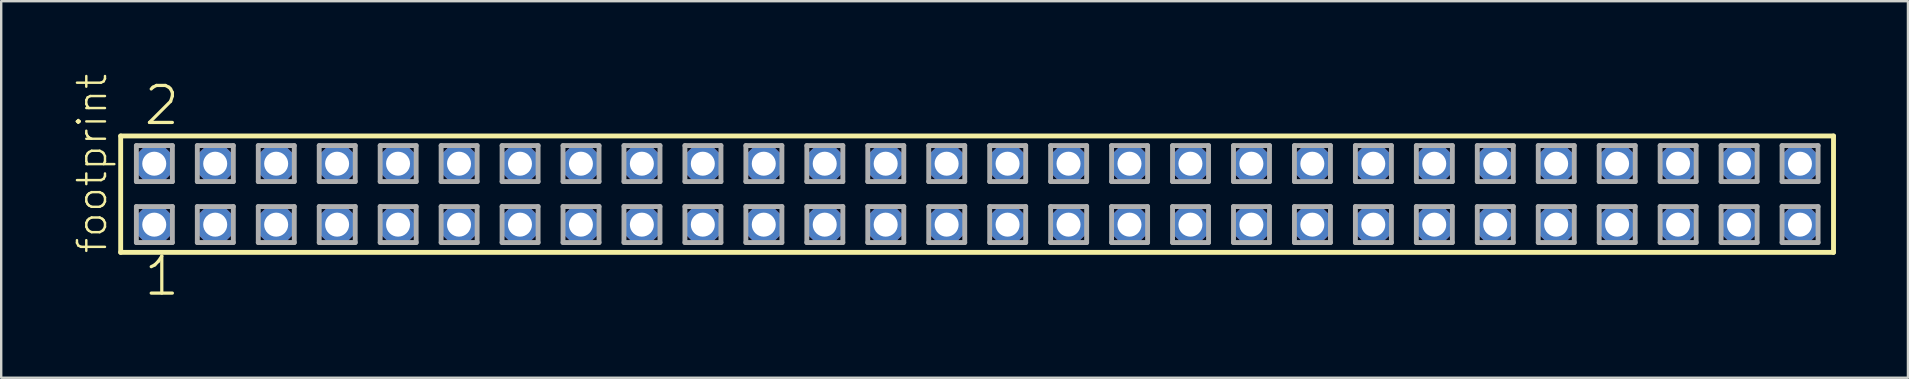
<source format=kicad_pcb>
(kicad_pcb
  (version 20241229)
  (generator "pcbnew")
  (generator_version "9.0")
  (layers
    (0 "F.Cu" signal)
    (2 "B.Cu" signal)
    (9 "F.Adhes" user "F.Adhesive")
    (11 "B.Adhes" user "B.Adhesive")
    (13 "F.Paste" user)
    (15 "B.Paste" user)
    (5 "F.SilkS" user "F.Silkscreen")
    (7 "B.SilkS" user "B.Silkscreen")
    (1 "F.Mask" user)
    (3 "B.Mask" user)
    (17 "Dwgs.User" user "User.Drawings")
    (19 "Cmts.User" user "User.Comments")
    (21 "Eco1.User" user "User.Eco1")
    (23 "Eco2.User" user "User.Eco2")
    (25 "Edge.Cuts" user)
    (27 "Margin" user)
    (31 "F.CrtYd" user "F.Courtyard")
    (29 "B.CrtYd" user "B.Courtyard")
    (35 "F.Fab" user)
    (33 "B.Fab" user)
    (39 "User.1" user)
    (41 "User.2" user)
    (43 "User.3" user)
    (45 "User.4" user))
  (footprint "footprint"
    (layer "F.Cu")
    (at 37.668 5.042)
    (property "Reference" "footprint" (at -36.195 2.54 90) (layer "F.SilkS") (effects (font (size 1.168 1.168) (thickness 0.102)) (justify left bottom)))
    (fp_line (start -35.689 -2.425) (end 35.689 -2.425) (stroke (width 0.203) (type solid)) (layer "F.SilkS"))
    (fp_line (start -35.689 2.425) (end -35.689 -2.425) (stroke (width 0.203) (type solid)) (layer "F.SilkS"))
    (fp_line (start 35.689 -2.425) (end 35.689 2.425) (stroke (width 0.203) (type solid)) (layer "F.SilkS"))
    (fp_line (start 35.689 2.425) (end -35.689 2.425) (stroke (width 0.203) (type solid)) (layer "F.SilkS"))
    (fp_line (start -35.035 -2.025) (end -33.535 -2.025) (stroke (width 0.203) (type solid)) (layer "F.Fab"))
    (fp_line (start -35.035 -0.525) (end -35.035 -2.025) (stroke (width 0.203) (type solid)) (layer "F.Fab"))
    (fp_line (start -35.035 0.515) (end -33.535 0.515) (stroke (width 0.203) (type solid)) (layer "F.Fab"))
    (fp_line (start -35.035 2.015) (end -35.035 0.515) (stroke (width 0.203) (type solid)) (layer "F.Fab"))
    (fp_line (start -33.535 -2.025) (end -33.535 -0.525) (stroke (width 0.203) (type solid)) (layer "F.Fab"))
    (fp_line (start -33.535 -0.525) (end -35.035 -0.525) (stroke (width 0.203) (type solid)) (layer "F.Fab"))
    (fp_line (start -33.535 0.515) (end -33.535 2.015) (stroke (width 0.203) (type solid)) (layer "F.Fab"))
    (fp_line (start -33.535 2.015) (end -35.035 2.015) (stroke (width 0.203) (type solid)) (layer "F.Fab"))
    (fp_line (start -32.495 -2.025) (end -30.995 -2.025) (stroke (width 0.203) (type solid)) (layer "F.Fab"))
    (fp_line (start -32.495 -0.525) (end -32.495 -2.025) (stroke (width 0.203) (type solid)) (layer "F.Fab"))
    (fp_line (start -32.495 0.515) (end -30.995 0.515) (stroke (width 0.203) (type solid)) (layer "F.Fab"))
    (fp_line (start -32.495 2.015) (end -32.495 0.515) (stroke (width 0.203) (type solid)) (layer "F.Fab"))
    (fp_line (start -30.995 -2.025) (end -30.995 -0.525) (stroke (width 0.203) (type solid)) (layer "F.Fab"))
    (fp_line (start -30.995 -0.525) (end -32.495 -0.525) (stroke (width 0.203) (type solid)) (layer "F.Fab"))
    (fp_line (start -30.995 0.515) (end -30.995 2.015) (stroke (width 0.203) (type solid)) (layer "F.Fab"))
    (fp_line (start -30.995 2.015) (end -32.495 2.015) (stroke (width 0.203) (type solid)) (layer "F.Fab"))
    (fp_line (start -29.955 -2.025) (end -28.455 -2.025) (stroke (width 0.203) (type solid)) (layer "F.Fab"))
    (fp_line (start -29.955 -0.525) (end -29.955 -2.025) (stroke (width 0.203) (type solid)) (layer "F.Fab"))
    (fp_line (start -29.955 0.515) (end -28.455 0.515) (stroke (width 0.203) (type solid)) (layer "F.Fab"))
    (fp_line (start -29.955 2.015) (end -29.955 0.515) (stroke (width 0.203) (type solid)) (layer "F.Fab"))
    (fp_line (start -28.455 -2.025) (end -28.455 -0.525) (stroke (width 0.203) (type solid)) (layer "F.Fab"))
    (fp_line (start -28.455 -0.525) (end -29.955 -0.525) (stroke (width 0.203) (type solid)) (layer "F.Fab"))
    (fp_line (start -28.455 0.515) (end -28.455 2.015) (stroke (width 0.203) (type solid)) (layer "F.Fab"))
    (fp_line (start -28.455 2.015) (end -29.955 2.015) (stroke (width 0.203) (type solid)) (layer "F.Fab"))
    (fp_line (start -27.415 -2.025) (end -25.915 -2.025) (stroke (width 0.203) (type solid)) (layer "F.Fab"))
    (fp_line (start -27.415 -0.525) (end -27.415 -2.025) (stroke (width 0.203) (type solid)) (layer "F.Fab"))
    (fp_line (start -27.415 0.515) (end -25.915 0.515) (stroke (width 0.203) (type solid)) (layer "F.Fab"))
    (fp_line (start -27.415 2.015) (end -27.415 0.515) (stroke (width 0.203) (type solid)) (layer "F.Fab"))
    (fp_line (start -25.915 -2.025) (end -25.915 -0.525) (stroke (width 0.203) (type solid)) (layer "F.Fab"))
    (fp_line (start -25.915 -0.525) (end -27.415 -0.525) (stroke (width 0.203) (type solid)) (layer "F.Fab"))
    (fp_line (start -25.915 0.515) (end -25.915 2.015) (stroke (width 0.203) (type solid)) (layer "F.Fab"))
    (fp_line (start -25.915 2.015) (end -27.415 2.015) (stroke (width 0.203) (type solid)) (layer "F.Fab"))
    (fp_line (start -24.875 -2.025) (end -23.375 -2.025) (stroke (width 0.203) (type solid)) (layer "F.Fab"))
    (fp_line (start -24.875 -0.525) (end -24.875 -2.025) (stroke (width 0.203) (type solid)) (layer "F.Fab"))
    (fp_line (start -24.875 0.515) (end -23.375 0.515) (stroke (width 0.203) (type solid)) (layer "F.Fab"))
    (fp_line (start -24.875 2.015) (end -24.875 0.515) (stroke (width 0.203) (type solid)) (layer "F.Fab"))
    (fp_line (start -23.375 -2.025) (end -23.375 -0.525) (stroke (width 0.203) (type solid)) (layer "F.Fab"))
    (fp_line (start -23.375 -0.525) (end -24.875 -0.525) (stroke (width 0.203) (type solid)) (layer "F.Fab"))
    (fp_line (start -23.375 0.515) (end -23.375 2.015) (stroke (width 0.203) (type solid)) (layer "F.Fab"))
    (fp_line (start -23.375 2.015) (end -24.875 2.015) (stroke (width 0.203) (type solid)) (layer "F.Fab"))
    (fp_line (start -22.335 -2.025) (end -20.835 -2.025) (stroke (width 0.203) (type solid)) (layer "F.Fab"))
    (fp_line (start -22.335 -0.525) (end -22.335 -2.025) (stroke (width 0.203) (type solid)) (layer "F.Fab"))
    (fp_line (start -22.335 0.515) (end -20.835 0.515) (stroke (width 0.203) (type solid)) (layer "F.Fab"))
    (fp_line (start -22.335 2.015) (end -22.335 0.515) (stroke (width 0.203) (type solid)) (layer "F.Fab"))
    (fp_line (start -20.835 -2.025) (end -20.835 -0.525) (stroke (width 0.203) (type solid)) (layer "F.Fab"))
    (fp_line (start -20.835 -0.525) (end -22.335 -0.525) (stroke (width 0.203) (type solid)) (layer "F.Fab"))
    (fp_line (start -20.835 0.515) (end -20.835 2.015) (stroke (width 0.203) (type solid)) (layer "F.Fab"))
    (fp_line (start -20.835 2.015) (end -22.335 2.015) (stroke (width 0.203) (type solid)) (layer "F.Fab"))
    (fp_line (start -19.795 -2.025) (end -18.295 -2.025) (stroke (width 0.203) (type solid)) (layer "F.Fab"))
    (fp_line (start -19.795 -0.525) (end -19.795 -2.025) (stroke (width 0.203) (type solid)) (layer "F.Fab"))
    (fp_line (start -19.795 0.515) (end -18.295 0.515) (stroke (width 0.203) (type solid)) (layer "F.Fab"))
    (fp_line (start -19.795 2.015) (end -19.795 0.515) (stroke (width 0.203) (type solid)) (layer "F.Fab"))
    (fp_line (start -18.295 -2.025) (end -18.295 -0.525) (stroke (width 0.203) (type solid)) (layer "F.Fab"))
    (fp_line (start -18.295 -0.525) (end -19.795 -0.525) (stroke (width 0.203) (type solid)) (layer "F.Fab"))
    (fp_line (start -18.295 0.515) (end -18.295 2.015) (stroke (width 0.203) (type solid)) (layer "F.Fab"))
    (fp_line (start -18.295 2.015) (end -19.795 2.015) (stroke (width 0.203) (type solid)) (layer "F.Fab"))
    (fp_line (start -17.255 -2.025) (end -15.755 -2.025) (stroke (width 0.203) (type solid)) (layer "F.Fab"))
    (fp_line (start -17.255 -0.525) (end -17.255 -2.025) (stroke (width 0.203) (type solid)) (layer "F.Fab"))
    (fp_line (start -17.255 0.515) (end -15.755 0.515) (stroke (width 0.203) (type solid)) (layer "F.Fab"))
    (fp_line (start -17.255 2.015) (end -17.255 0.515) (stroke (width 0.203) (type solid)) (layer "F.Fab"))
    (fp_line (start -15.755 -2.025) (end -15.755 -0.525) (stroke (width 0.203) (type solid)) (layer "F.Fab"))
    (fp_line (start -15.755 -0.525) (end -17.255 -0.525) (stroke (width 0.203) (type solid)) (layer "F.Fab"))
    (fp_line (start -15.755 0.515) (end -15.755 2.015) (stroke (width 0.203) (type solid)) (layer "F.Fab"))
    (fp_line (start -15.755 2.015) (end -17.255 2.015) (stroke (width 0.203) (type solid)) (layer "F.Fab"))
    (fp_line (start -14.715 -2.025) (end -13.215 -2.025) (stroke (width 0.203) (type solid)) (layer "F.Fab"))
    (fp_line (start -14.715 -0.525) (end -14.715 -2.025) (stroke (width 0.203) (type solid)) (layer "F.Fab"))
    (fp_line (start -14.715 0.515) (end -13.215 0.515) (stroke (width 0.203) (type solid)) (layer "F.Fab"))
    (fp_line (start -14.715 2.015) (end -14.715 0.515) (stroke (width 0.203) (type solid)) (layer "F.Fab"))
    (fp_line (start -13.215 -2.025) (end -13.215 -0.525) (stroke (width 0.203) (type solid)) (layer "F.Fab"))
    (fp_line (start -13.215 -0.525) (end -14.715 -0.525) (stroke (width 0.203) (type solid)) (layer "F.Fab"))
    (fp_line (start -13.215 0.515) (end -13.215 2.015) (stroke (width 0.203) (type solid)) (layer "F.Fab"))
    (fp_line (start -13.215 2.015) (end -14.715 2.015) (stroke (width 0.203) (type solid)) (layer "F.Fab"))
    (fp_line (start -12.175 -2.025) (end -10.675 -2.025) (stroke (width 0.203) (type solid)) (layer "F.Fab"))
    (fp_line (start -12.175 -0.525) (end -12.175 -2.025) (stroke (width 0.203) (type solid)) (layer "F.Fab"))
    (fp_line (start -12.175 0.515) (end -10.675 0.515) (stroke (width 0.203) (type solid)) (layer "F.Fab"))
    (fp_line (start -12.175 2.015) (end -12.175 0.515) (stroke (width 0.203) (type solid)) (layer "F.Fab"))
    (fp_line (start -10.675 -2.025) (end -10.675 -0.525) (stroke (width 0.203) (type solid)) (layer "F.Fab"))
    (fp_line (start -10.675 -0.525) (end -12.175 -0.525) (stroke (width 0.203) (type solid)) (layer "F.Fab"))
    (fp_line (start -10.675 0.515) (end -10.675 2.015) (stroke (width 0.203) (type solid)) (layer "F.Fab"))
    (fp_line (start -10.675 2.015) (end -12.175 2.015) (stroke (width 0.203) (type solid)) (layer "F.Fab"))
    (fp_line (start -9.635 -2.025) (end -8.135 -2.025) (stroke (width 0.203) (type solid)) (layer "F.Fab"))
    (fp_line (start -9.635 -0.525) (end -9.635 -2.025) (stroke (width 0.203) (type solid)) (layer "F.Fab"))
    (fp_line (start -9.635 0.515) (end -8.135 0.515) (stroke (width 0.203) (type solid)) (layer "F.Fab"))
    (fp_line (start -9.635 2.015) (end -9.635 0.515) (stroke (width 0.203) (type solid)) (layer "F.Fab"))
    (fp_line (start -8.135 -2.025) (end -8.135 -0.525) (stroke (width 0.203) (type solid)) (layer "F.Fab"))
    (fp_line (start -8.135 -0.525) (end -9.635 -0.525) (stroke (width 0.203) (type solid)) (layer "F.Fab"))
    (fp_line (start -8.135 0.515) (end -8.135 2.015) (stroke (width 0.203) (type solid)) (layer "F.Fab"))
    (fp_line (start -8.135 2.015) (end -9.635 2.015) (stroke (width 0.203) (type solid)) (layer "F.Fab"))
    (fp_line (start -7.095 -2.025) (end -5.595 -2.025) (stroke (width 0.203) (type solid)) (layer "F.Fab"))
    (fp_line (start -7.095 -0.525) (end -7.095 -2.025) (stroke (width 0.203) (type solid)) (layer "F.Fab"))
    (fp_line (start -7.095 0.515) (end -5.595 0.515) (stroke (width 0.203) (type solid)) (layer "F.Fab"))
    (fp_line (start -7.095 2.015) (end -7.095 0.515) (stroke (width 0.203) (type solid)) (layer "F.Fab"))
    (fp_line (start -5.595 -2.025) (end -5.595 -0.525) (stroke (width 0.203) (type solid)) (layer "F.Fab"))
    (fp_line (start -5.595 -0.525) (end -7.095 -0.525) (stroke (width 0.203) (type solid)) (layer "F.Fab"))
    (fp_line (start -5.595 0.515) (end -5.595 2.015) (stroke (width 0.203) (type solid)) (layer "F.Fab"))
    (fp_line (start -5.595 2.015) (end -7.095 2.015) (stroke (width 0.203) (type solid)) (layer "F.Fab"))
    (fp_line (start -4.555 -2.025) (end -3.055 -2.025) (stroke (width 0.203) (type solid)) (layer "F.Fab"))
    (fp_line (start -4.555 -0.525) (end -4.555 -2.025) (stroke (width 0.203) (type solid)) (layer "F.Fab"))
    (fp_line (start -4.555 0.515) (end -3.055 0.515) (stroke (width 0.203) (type solid)) (layer "F.Fab"))
    (fp_line (start -4.555 2.015) (end -4.555 0.515) (stroke (width 0.203) (type solid)) (layer "F.Fab"))
    (fp_line (start -3.055 -2.025) (end -3.055 -0.525) (stroke (width 0.203) (type solid)) (layer "F.Fab"))
    (fp_line (start -3.055 -0.525) (end -4.555 -0.525) (stroke (width 0.203) (type solid)) (layer "F.Fab"))
    (fp_line (start -3.055 0.515) (end -3.055 2.015) (stroke (width 0.203) (type solid)) (layer "F.Fab"))
    (fp_line (start -3.055 2.015) (end -4.555 2.015) (stroke (width 0.203) (type solid)) (layer "F.Fab"))
    (fp_line (start -2.015 -2.025) (end -0.515 -2.025) (stroke (width 0.203) (type solid)) (layer "F.Fab"))
    (fp_line (start -2.015 -0.525) (end -2.015 -2.025) (stroke (width 0.203) (type solid)) (layer "F.Fab"))
    (fp_line (start -2.015 0.515) (end -0.515 0.515) (stroke (width 0.203) (type solid)) (layer "F.Fab"))
    (fp_line (start -2.015 2.015) (end -2.015 0.515) (stroke (width 0.203) (type solid)) (layer "F.Fab"))
    (fp_line (start -0.515 -2.025) (end -0.515 -0.525) (stroke (width 0.203) (type solid)) (layer "F.Fab"))
    (fp_line (start -0.515 -0.525) (end -2.015 -0.525) (stroke (width 0.203) (type solid)) (layer "F.Fab"))
    (fp_line (start -0.515 0.515) (end -0.515 2.015) (stroke (width 0.203) (type solid)) (layer "F.Fab"))
    (fp_line (start -0.515 2.015) (end -2.015 2.015) (stroke (width 0.203) (type solid)) (layer "F.Fab"))
    (fp_line (start 0.525 -2.025) (end 2.025 -2.025) (stroke (width 0.203) (type solid)) (layer "F.Fab"))
    (fp_line (start 0.525 -0.525) (end 0.525 -2.025) (stroke (width 0.203) (type solid)) (layer "F.Fab"))
    (fp_line (start 0.525 0.515) (end 2.025 0.515) (stroke (width 0.203) (type solid)) (layer "F.Fab"))
    (fp_line (start 0.525 2.015) (end 0.525 0.515) (stroke (width 0.203) (type solid)) (layer "F.Fab"))
    (fp_line (start 2.025 -2.025) (end 2.025 -0.525) (stroke (width 0.203) (type solid)) (layer "F.Fab"))
    (fp_line (start 2.025 -0.525) (end 0.525 -0.525) (stroke (width 0.203) (type solid)) (layer "F.Fab"))
    (fp_line (start 2.025 0.515) (end 2.025 2.015) (stroke (width 0.203) (type solid)) (layer "F.Fab"))
    (fp_line (start 2.025 2.015) (end 0.525 2.015) (stroke (width 0.203) (type solid)) (layer "F.Fab"))
    (fp_line (start 3.065 -2.025) (end 4.565 -2.025) (stroke (width 0.203) (type solid)) (layer "F.Fab"))
    (fp_line (start 3.065 -0.525) (end 3.065 -2.025) (stroke (width 0.203) (type solid)) (layer "F.Fab"))
    (fp_line (start 3.065 0.515) (end 4.565 0.515) (stroke (width 0.203) (type solid)) (layer "F.Fab"))
    (fp_line (start 3.065 2.015) (end 3.065 0.515) (stroke (width 0.203) (type solid)) (layer "F.Fab"))
    (fp_line (start 4.565 -2.025) (end 4.565 -0.525) (stroke (width 0.203) (type solid)) (layer "F.Fab"))
    (fp_line (start 4.565 -0.525) (end 3.065 -0.525) (stroke (width 0.203) (type solid)) (layer "F.Fab"))
    (fp_line (start 4.565 0.515) (end 4.565 2.015) (stroke (width 0.203) (type solid)) (layer "F.Fab"))
    (fp_line (start 4.565 2.015) (end 3.065 2.015) (stroke (width 0.203) (type solid)) (layer "F.Fab"))
    (fp_line (start 5.605 -2.025) (end 7.105 -2.025) (stroke (width 0.203) (type solid)) (layer "F.Fab"))
    (fp_line (start 5.605 -0.525) (end 5.605 -2.025) (stroke (width 0.203) (type solid)) (layer "F.Fab"))
    (fp_line (start 5.605 0.515) (end 7.105 0.515) (stroke (width 0.203) (type solid)) (layer "F.Fab"))
    (fp_line (start 5.605 2.015) (end 5.605 0.515) (stroke (width 0.203) (type solid)) (layer "F.Fab"))
    (fp_line (start 7.105 -2.025) (end 7.105 -0.525) (stroke (width 0.203) (type solid)) (layer "F.Fab"))
    (fp_line (start 7.105 -0.525) (end 5.605 -0.525) (stroke (width 0.203) (type solid)) (layer "F.Fab"))
    (fp_line (start 7.105 0.515) (end 7.105 2.015) (stroke (width 0.203) (type solid)) (layer "F.Fab"))
    (fp_line (start 7.105 2.015) (end 5.605 2.015) (stroke (width 0.203) (type solid)) (layer "F.Fab"))
    (fp_line (start 8.145 -2.025) (end 9.645 -2.025) (stroke (width 0.203) (type solid)) (layer "F.Fab"))
    (fp_line (start 8.145 -0.525) (end 8.145 -2.025) (stroke (width 0.203) (type solid)) (layer "F.Fab"))
    (fp_line (start 8.145 0.515) (end 9.645 0.515) (stroke (width 0.203) (type solid)) (layer "F.Fab"))
    (fp_line (start 8.145 2.015) (end 8.145 0.515) (stroke (width 0.203) (type solid)) (layer "F.Fab"))
    (fp_line (start 9.645 -2.025) (end 9.645 -0.525) (stroke (width 0.203) (type solid)) (layer "F.Fab"))
    (fp_line (start 9.645 -0.525) (end 8.145 -0.525) (stroke (width 0.203) (type solid)) (layer "F.Fab"))
    (fp_line (start 9.645 0.515) (end 9.645 2.015) (stroke (width 0.203) (type solid)) (layer "F.Fab"))
    (fp_line (start 9.645 2.015) (end 8.145 2.015) (stroke (width 0.203) (type solid)) (layer "F.Fab"))
    (fp_line (start 10.685 -2.025) (end 12.185 -2.025) (stroke (width 0.203) (type solid)) (layer "F.Fab"))
    (fp_line (start 10.685 -0.525) (end 10.685 -2.025) (stroke (width 0.203) (type solid)) (layer "F.Fab"))
    (fp_line (start 10.685 0.515) (end 12.185 0.515) (stroke (width 0.203) (type solid)) (layer "F.Fab"))
    (fp_line (start 10.685 2.015) (end 10.685 0.515) (stroke (width 0.203) (type solid)) (layer "F.Fab"))
    (fp_line (start 12.185 -2.025) (end 12.185 -0.525) (stroke (width 0.203) (type solid)) (layer "F.Fab"))
    (fp_line (start 12.185 -0.525) (end 10.685 -0.525) (stroke (width 0.203) (type solid)) (layer "F.Fab"))
    (fp_line (start 12.185 0.515) (end 12.185 2.015) (stroke (width 0.203) (type solid)) (layer "F.Fab"))
    (fp_line (start 12.185 2.015) (end 10.685 2.015) (stroke (width 0.203) (type solid)) (layer "F.Fab"))
    (fp_line (start 13.225 -2.025) (end 14.725 -2.025) (stroke (width 0.203) (type solid)) (layer "F.Fab"))
    (fp_line (start 13.225 -0.525) (end 13.225 -2.025) (stroke (width 0.203) (type solid)) (layer "F.Fab"))
    (fp_line (start 13.225 0.515) (end 14.725 0.515) (stroke (width 0.203) (type solid)) (layer "F.Fab"))
    (fp_line (start 13.225 2.015) (end 13.225 0.515) (stroke (width 0.203) (type solid)) (layer "F.Fab"))
    (fp_line (start 14.725 -2.025) (end 14.725 -0.525) (stroke (width 0.203) (type solid)) (layer "F.Fab"))
    (fp_line (start 14.725 -0.525) (end 13.225 -0.525) (stroke (width 0.203) (type solid)) (layer "F.Fab"))
    (fp_line (start 14.725 0.515) (end 14.725 2.015) (stroke (width 0.203) (type solid)) (layer "F.Fab"))
    (fp_line (start 14.725 2.015) (end 13.225 2.015) (stroke (width 0.203) (type solid)) (layer "F.Fab"))
    (fp_line (start 15.765 -2.025) (end 17.265 -2.025) (stroke (width 0.203) (type solid)) (layer "F.Fab"))
    (fp_line (start 15.765 -0.525) (end 15.765 -2.025) (stroke (width 0.203) (type solid)) (layer "F.Fab"))
    (fp_line (start 15.765 0.515) (end 17.265 0.515) (stroke (width 0.203) (type solid)) (layer "F.Fab"))
    (fp_line (start 15.765 2.015) (end 15.765 0.515) (stroke (width 0.203) (type solid)) (layer "F.Fab"))
    (fp_line (start 17.265 -2.025) (end 17.265 -0.525) (stroke (width 0.203) (type solid)) (layer "F.Fab"))
    (fp_line (start 17.265 -0.525) (end 15.765 -0.525) (stroke (width 0.203) (type solid)) (layer "F.Fab"))
    (fp_line (start 17.265 0.515) (end 17.265 2.015) (stroke (width 0.203) (type solid)) (layer "F.Fab"))
    (fp_line (start 17.265 2.015) (end 15.765 2.015) (stroke (width 0.203) (type solid)) (layer "F.Fab"))
    (fp_line (start 18.305 -2.025) (end 19.805 -2.025) (stroke (width 0.203) (type solid)) (layer "F.Fab"))
    (fp_line (start 18.305 -0.525) (end 18.305 -2.025) (stroke (width 0.203) (type solid)) (layer "F.Fab"))
    (fp_line (start 18.305 0.515) (end 19.805 0.515) (stroke (width 0.203) (type solid)) (layer "F.Fab"))
    (fp_line (start 18.305 2.015) (end 18.305 0.515) (stroke (width 0.203) (type solid)) (layer "F.Fab"))
    (fp_line (start 19.805 -2.025) (end 19.805 -0.525) (stroke (width 0.203) (type solid)) (layer "F.Fab"))
    (fp_line (start 19.805 -0.525) (end 18.305 -0.525) (stroke (width 0.203) (type solid)) (layer "F.Fab"))
    (fp_line (start 19.805 0.515) (end 19.805 2.015) (stroke (width 0.203) (type solid)) (layer "F.Fab"))
    (fp_line (start 19.805 2.015) (end 18.305 2.015) (stroke (width 0.203) (type solid)) (layer "F.Fab"))
    (fp_line (start 20.845 -2.025) (end 22.345 -2.025) (stroke (width 0.203) (type solid)) (layer "F.Fab"))
    (fp_line (start 20.845 -0.525) (end 20.845 -2.025) (stroke (width 0.203) (type solid)) (layer "F.Fab"))
    (fp_line (start 20.845 0.515) (end 22.345 0.515) (stroke (width 0.203) (type solid)) (layer "F.Fab"))
    (fp_line (start 20.845 2.015) (end 20.845 0.515) (stroke (width 0.203) (type solid)) (layer "F.Fab"))
    (fp_line (start 22.345 -2.025) (end 22.345 -0.525) (stroke (width 0.203) (type solid)) (layer "F.Fab"))
    (fp_line (start 22.345 -0.525) (end 20.845 -0.525) (stroke (width 0.203) (type solid)) (layer "F.Fab"))
    (fp_line (start 22.345 0.515) (end 22.345 2.015) (stroke (width 0.203) (type solid)) (layer "F.Fab"))
    (fp_line (start 22.345 2.015) (end 20.845 2.015) (stroke (width 0.203) (type solid)) (layer "F.Fab"))
    (fp_line (start 23.385 -2.025) (end 24.885 -2.025) (stroke (width 0.203) (type solid)) (layer "F.Fab"))
    (fp_line (start 23.385 -0.525) (end 23.385 -2.025) (stroke (width 0.203) (type solid)) (layer "F.Fab"))
    (fp_line (start 23.385 0.515) (end 24.885 0.515) (stroke (width 0.203) (type solid)) (layer "F.Fab"))
    (fp_line (start 23.385 2.015) (end 23.385 0.515) (stroke (width 0.203) (type solid)) (layer "F.Fab"))
    (fp_line (start 24.885 -2.025) (end 24.885 -0.525) (stroke (width 0.203) (type solid)) (layer "F.Fab"))
    (fp_line (start 24.885 -0.525) (end 23.385 -0.525) (stroke (width 0.203) (type solid)) (layer "F.Fab"))
    (fp_line (start 24.885 0.515) (end 24.885 2.015) (stroke (width 0.203) (type solid)) (layer "F.Fab"))
    (fp_line (start 24.885 2.015) (end 23.385 2.015) (stroke (width 0.203) (type solid)) (layer "F.Fab"))
    (fp_line (start 25.925 -2.025) (end 27.425 -2.025) (stroke (width 0.203) (type solid)) (layer "F.Fab"))
    (fp_line (start 25.925 -0.525) (end 25.925 -2.025) (stroke (width 0.203) (type solid)) (layer "F.Fab"))
    (fp_line (start 25.925 0.515) (end 27.425 0.515) (stroke (width 0.203) (type solid)) (layer "F.Fab"))
    (fp_line (start 25.925 2.015) (end 25.925 0.515) (stroke (width 0.203) (type solid)) (layer "F.Fab"))
    (fp_line (start 27.425 -2.025) (end 27.425 -0.525) (stroke (width 0.203) (type solid)) (layer "F.Fab"))
    (fp_line (start 27.425 -0.525) (end 25.925 -0.525) (stroke (width 0.203) (type solid)) (layer "F.Fab"))
    (fp_line (start 27.425 0.515) (end 27.425 2.015) (stroke (width 0.203) (type solid)) (layer "F.Fab"))
    (fp_line (start 27.425 2.015) (end 25.925 2.015) (stroke (width 0.203) (type solid)) (layer "F.Fab"))
    (fp_line (start 28.465 -2.025) (end 29.965 -2.025) (stroke (width 0.203) (type solid)) (layer "F.Fab"))
    (fp_line (start 28.465 -0.525) (end 28.465 -2.025) (stroke (width 0.203) (type solid)) (layer "F.Fab"))
    (fp_line (start 28.465 0.515) (end 29.965 0.515) (stroke (width 0.203) (type solid)) (layer "F.Fab"))
    (fp_line (start 28.465 2.015) (end 28.465 0.515) (stroke (width 0.203) (type solid)) (layer "F.Fab"))
    (fp_line (start 29.965 -2.025) (end 29.965 -0.525) (stroke (width 0.203) (type solid)) (layer "F.Fab"))
    (fp_line (start 29.965 -0.525) (end 28.465 -0.525) (stroke (width 0.203) (type solid)) (layer "F.Fab"))
    (fp_line (start 29.965 0.515) (end 29.965 2.015) (stroke (width 0.203) (type solid)) (layer "F.Fab"))
    (fp_line (start 29.965 2.015) (end 28.465 2.015) (stroke (width 0.203) (type solid)) (layer "F.Fab"))
    (fp_line (start 31.005 -2.025) (end 32.505 -2.025) (stroke (width 0.203) (type solid)) (layer "F.Fab"))
    (fp_line (start 31.005 -0.525) (end 31.005 -2.025) (stroke (width 0.203) (type solid)) (layer "F.Fab"))
    (fp_line (start 31.005 0.515) (end 32.505 0.515) (stroke (width 0.203) (type solid)) (layer "F.Fab"))
    (fp_line (start 31.005 2.015) (end 31.005 0.515) (stroke (width 0.203) (type solid)) (layer "F.Fab"))
    (fp_line (start 32.505 -2.025) (end 32.505 -0.525) (stroke (width 0.203) (type solid)) (layer "F.Fab"))
    (fp_line (start 32.505 -0.525) (end 31.005 -0.525) (stroke (width 0.203) (type solid)) (layer "F.Fab"))
    (fp_line (start 32.505 0.515) (end 32.505 2.015) (stroke (width 0.203) (type solid)) (layer "F.Fab"))
    (fp_line (start 32.505 2.015) (end 31.005 2.015) (stroke (width 0.203) (type solid)) (layer "F.Fab"))
    (fp_line (start 33.545 -2.025) (end 35.045 -2.025) (stroke (width 0.203) (type solid)) (layer "F.Fab"))
    (fp_line (start 33.545 -0.525) (end 33.545 -2.025) (stroke (width 0.203) (type solid)) (layer "F.Fab"))
    (fp_line (start 33.545 0.515) (end 35.045 0.515) (stroke (width 0.203) (type solid)) (layer "F.Fab"))
    (fp_line (start 33.545 2.015) (end 33.545 0.515) (stroke (width 0.203) (type solid)) (layer "F.Fab"))
    (fp_line (start 35.045 -2.025) (end 35.045 -0.525) (stroke (width 0.203) (type solid)) (layer "F.Fab"))
    (fp_line (start 35.045 -0.525) (end 33.545 -0.525) (stroke (width 0.203) (type solid)) (layer "F.Fab"))
    (fp_line (start 35.045 0.515) (end 35.045 2.015) (stroke (width 0.203) (type solid)) (layer "F.Fab"))
    (fp_line (start 35.045 2.015) (end 33.545 2.015) (stroke (width 0.203) (type solid)) (layer "F.Fab"))
    (fp_text user "1" (at -34.798 4.318 0) (layer "F.SilkS") (effects (font (size 1.542 1.542) (thickness 0.134)) (justify left bottom)))
    (fp_text user "2" (at -34.798 -2.794 0) (layer "F.SilkS") (effects (font (size 1.542 1.542) (thickness 0.134)) (justify left bottom)))
    (pad "1" thru_hole roundrect (at -34.29 1.27) (size 1.5 1.5) (drill 1) (layers "*.Cu" "*.Mask") (roundrect_rratio 0.25) (chamfer_ratio 0.25) (chamfer top_left top_right bottom_left bottom_right))
    (pad "2" thru_hole roundrect (at -34.29 -1.27) (size 1.5 1.5) (drill 1) (layers "*.Cu" "*.Mask") (roundrect_rratio 0.25) (chamfer_ratio 0.25) (chamfer top_left top_right bottom_left bottom_right))
    (pad "3" thru_hole roundrect (at -31.75 1.27) (size 1.5 1.5) (drill 1) (layers "*.Cu" "*.Mask") (roundrect_rratio 0.25) (chamfer_ratio 0.25) (chamfer top_left top_right bottom_left bottom_right))
    (pad "4" thru_hole roundrect (at -31.75 -1.27) (size 1.5 1.5) (drill 1) (layers "*.Cu" "*.Mask") (roundrect_rratio 0.25) (chamfer_ratio 0.25) (chamfer top_left top_right bottom_left bottom_right))
    (pad "5" thru_hole roundrect (at -29.21 1.27) (size 1.5 1.5) (drill 1) (layers "*.Cu" "*.Mask") (roundrect_rratio 0.25) (chamfer_ratio 0.25) (chamfer top_left top_right bottom_left bottom_right))
    (pad "6" thru_hole roundrect (at -29.21 -1.27) (size 1.5 1.5) (drill 1) (layers "*.Cu" "*.Mask") (roundrect_rratio 0.25) (chamfer_ratio 0.25) (chamfer top_left top_right bottom_left bottom_right))
    (pad "7" thru_hole roundrect (at -26.67 1.27) (size 1.5 1.5) (drill 1) (layers "*.Cu" "*.Mask") (roundrect_rratio 0.25) (chamfer_ratio 0.25) (chamfer top_left top_right bottom_left bottom_right))
    (pad "8" thru_hole roundrect (at -26.67 -1.27) (size 1.5 1.5) (drill 1) (layers "*.Cu" "*.Mask") (roundrect_rratio 0.25) (chamfer_ratio 0.25) (chamfer top_left top_right bottom_left bottom_right))
    (pad "9" thru_hole roundrect (at -24.13 1.27) (size 1.5 1.5) (drill 1) (layers "*.Cu" "*.Mask") (roundrect_rratio 0.25) (chamfer_ratio 0.25) (chamfer top_left top_right bottom_left bottom_right))
    (pad "10" thru_hole roundrect (at -24.13 -1.27) (size 1.5 1.5) (drill 1) (layers "*.Cu" "*.Mask") (roundrect_rratio 0.25) (chamfer_ratio 0.25) (chamfer top_left top_right bottom_left bottom_right))
    (pad "11" thru_hole roundrect (at -21.59 1.27) (size 1.5 1.5) (drill 1) (layers "*.Cu" "*.Mask") (roundrect_rratio 0.25) (chamfer_ratio 0.25) (chamfer top_left top_right bottom_left bottom_right))
    (pad "12" thru_hole roundrect (at -21.59 -1.27) (size 1.5 1.5) (drill 1) (layers "*.Cu" "*.Mask") (roundrect_rratio 0.25) (chamfer_ratio 0.25) (chamfer top_left top_right bottom_left bottom_right))
    (pad "13" thru_hole roundrect (at -19.05 1.27) (size 1.5 1.5) (drill 1) (layers "*.Cu" "*.Mask") (roundrect_rratio 0.25) (chamfer_ratio 0.25) (chamfer top_left top_right bottom_left bottom_right))
    (pad "14" thru_hole roundrect (at -19.05 -1.27) (size 1.5 1.5) (drill 1) (layers "*.Cu" "*.Mask") (roundrect_rratio 0.25) (chamfer_ratio 0.25) (chamfer top_left top_right bottom_left bottom_right))
    (pad "15" thru_hole roundrect (at -16.51 1.27) (size 1.5 1.5) (drill 1) (layers "*.Cu" "*.Mask") (roundrect_rratio 0.25) (chamfer_ratio 0.25) (chamfer top_left top_right bottom_left bottom_right))
    (pad "16" thru_hole roundrect (at -16.51 -1.27) (size 1.5 1.5) (drill 1) (layers "*.Cu" "*.Mask") (roundrect_rratio 0.25) (chamfer_ratio 0.25) (chamfer top_left top_right bottom_left bottom_right))
    (pad "17" thru_hole roundrect (at -13.97 1.27) (size 1.5 1.5) (drill 1) (layers "*.Cu" "*.Mask") (roundrect_rratio 0.25) (chamfer_ratio 0.25) (chamfer top_left top_right bottom_left bottom_right))
    (pad "18" thru_hole roundrect (at -13.97 -1.27) (size 1.5 1.5) (drill 1) (layers "*.Cu" "*.Mask") (roundrect_rratio 0.25) (chamfer_ratio 0.25) (chamfer top_left top_right bottom_left bottom_right))
    (pad "19" thru_hole roundrect (at -11.43 1.27) (size 1.5 1.5) (drill 1) (layers "*.Cu" "*.Mask") (roundrect_rratio 0.25) (chamfer_ratio 0.25) (chamfer top_left top_right bottom_left bottom_right))
    (pad "20" thru_hole roundrect (at -11.43 -1.27) (size 1.5 1.5) (drill 1) (layers "*.Cu" "*.Mask") (roundrect_rratio 0.25) (chamfer_ratio 0.25) (chamfer top_left top_right bottom_left bottom_right))
    (pad "21" thru_hole roundrect (at -8.89 1.27) (size 1.5 1.5) (drill 1) (layers "*.Cu" "*.Mask") (roundrect_rratio 0.25) (chamfer_ratio 0.25) (chamfer top_left top_right bottom_left bottom_right))
    (pad "22" thru_hole roundrect (at -8.89 -1.27) (size 1.5 1.5) (drill 1) (layers "*.Cu" "*.Mask") (roundrect_rratio 0.25) (chamfer_ratio 0.25) (chamfer top_left top_right bottom_left bottom_right))
    (pad "23" thru_hole roundrect (at -6.35 1.27) (size 1.5 1.5) (drill 1) (layers "*.Cu" "*.Mask") (roundrect_rratio 0.25) (chamfer_ratio 0.25) (chamfer top_left top_right bottom_left bottom_right))
    (pad "24" thru_hole roundrect (at -6.35 -1.27) (size 1.5 1.5) (drill 1) (layers "*.Cu" "*.Mask") (roundrect_rratio 0.25) (chamfer_ratio 0.25) (chamfer top_left top_right bottom_left bottom_right))
    (pad "25" thru_hole roundrect (at -3.81 1.27) (size 1.5 1.5) (drill 1) (layers "*.Cu" "*.Mask") (roundrect_rratio 0.25) (chamfer_ratio 0.25) (chamfer top_left top_right bottom_left bottom_right))
    (pad "26" thru_hole roundrect (at -3.81 -1.27) (size 1.5 1.5) (drill 1) (layers "*.Cu" "*.Mask") (roundrect_rratio 0.25) (chamfer_ratio 0.25) (chamfer top_left top_right bottom_left bottom_right))
    (pad "27" thru_hole roundrect (at -1.27 1.27) (size 1.5 1.5) (drill 1) (layers "*.Cu" "*.Mask") (roundrect_rratio 0.25) (chamfer_ratio 0.25) (chamfer top_left top_right bottom_left bottom_right))
    (pad "28" thru_hole roundrect (at -1.27 -1.27) (size 1.5 1.5) (drill 1) (layers "*.Cu" "*.Mask") (roundrect_rratio 0.25) (chamfer_ratio 0.25) (chamfer top_left top_right bottom_left bottom_right))
    (pad "29" thru_hole roundrect (at 1.27 1.27) (size 1.5 1.5) (drill 1) (layers "*.Cu" "*.Mask") (roundrect_rratio 0.25) (chamfer_ratio 0.25) (chamfer top_left top_right bottom_left bottom_right))
    (pad "30" thru_hole roundrect (at 1.27 -1.27) (size 1.5 1.5) (drill 1) (layers "*.Cu" "*.Mask") (roundrect_rratio 0.25) (chamfer_ratio 0.25) (chamfer top_left top_right bottom_left bottom_right))
    (pad "31" thru_hole roundrect (at 3.81 1.27) (size 1.5 1.5) (drill 1) (layers "*.Cu" "*.Mask") (roundrect_rratio 0.25) (chamfer_ratio 0.25) (chamfer top_left top_right bottom_left bottom_right))
    (pad "32" thru_hole roundrect (at 3.81 -1.27) (size 1.5 1.5) (drill 1) (layers "*.Cu" "*.Mask") (roundrect_rratio 0.25) (chamfer_ratio 0.25) (chamfer top_left top_right bottom_left bottom_right))
    (pad "33" thru_hole roundrect (at 6.35 1.27) (size 1.5 1.5) (drill 1) (layers "*.Cu" "*.Mask") (roundrect_rratio 0.25) (chamfer_ratio 0.25) (chamfer top_left top_right bottom_left bottom_right))
    (pad "34" thru_hole roundrect (at 6.35 -1.27) (size 1.5 1.5) (drill 1) (layers "*.Cu" "*.Mask") (roundrect_rratio 0.25) (chamfer_ratio 0.25) (chamfer top_left top_right bottom_left bottom_right))
    (pad "35" thru_hole roundrect (at 8.89 1.27) (size 1.5 1.5) (drill 1) (layers "*.Cu" "*.Mask") (roundrect_rratio 0.25) (chamfer_ratio 0.25) (chamfer top_left top_right bottom_left bottom_right))
    (pad "36" thru_hole roundrect (at 8.89 -1.27) (size 1.5 1.5) (drill 1) (layers "*.Cu" "*.Mask") (roundrect_rratio 0.25) (chamfer_ratio 0.25) (chamfer top_left top_right bottom_left bottom_right))
    (pad "37" thru_hole roundrect (at 11.43 1.27) (size 1.5 1.5) (drill 1) (layers "*.Cu" "*.Mask") (roundrect_rratio 0.25) (chamfer_ratio 0.25) (chamfer top_left top_right bottom_left bottom_right))
    (pad "38" thru_hole roundrect (at 11.43 -1.27) (size 1.5 1.5) (drill 1) (layers "*.Cu" "*.Mask") (roundrect_rratio 0.25) (chamfer_ratio 0.25) (chamfer top_left top_right bottom_left bottom_right))
    (pad "39" thru_hole roundrect (at 13.97 1.27) (size 1.5 1.5) (drill 1) (layers "*.Cu" "*.Mask") (roundrect_rratio 0.25) (chamfer_ratio 0.25) (chamfer top_left top_right bottom_left bottom_right))
    (pad "40" thru_hole roundrect (at 13.97 -1.27) (size 1.5 1.5) (drill 1) (layers "*.Cu" "*.Mask") (roundrect_rratio 0.25) (chamfer_ratio 0.25) (chamfer top_left top_right bottom_left bottom_right))
    (pad "41" thru_hole roundrect (at 16.51 1.27) (size 1.5 1.5) (drill 1) (layers "*.Cu" "*.Mask") (roundrect_rratio 0.25) (chamfer_ratio 0.25) (chamfer top_left top_right bottom_left bottom_right))
    (pad "42" thru_hole roundrect (at 16.51 -1.27) (size 1.5 1.5) (drill 1) (layers "*.Cu" "*.Mask") (roundrect_rratio 0.25) (chamfer_ratio 0.25) (chamfer top_left top_right bottom_left bottom_right))
    (pad "43" thru_hole roundrect (at 19.05 1.27) (size 1.5 1.5) (drill 1) (layers "*.Cu" "*.Mask") (roundrect_rratio 0.25) (chamfer_ratio 0.25) (chamfer top_left top_right bottom_left bottom_right))
    (pad "44" thru_hole roundrect (at 19.05 -1.27) (size 1.5 1.5) (drill 1) (layers "*.Cu" "*.Mask") (roundrect_rratio 0.25) (chamfer_ratio 0.25) (chamfer top_left top_right bottom_left bottom_right))
    (pad "45" thru_hole roundrect (at 21.59 1.27) (size 1.5 1.5) (drill 1) (layers "*.Cu" "*.Mask") (roundrect_rratio 0.25) (chamfer_ratio 0.25) (chamfer top_left top_right bottom_left bottom_right))
    (pad "46" thru_hole roundrect (at 21.59 -1.27) (size 1.5 1.5) (drill 1) (layers "*.Cu" "*.Mask") (roundrect_rratio 0.25) (chamfer_ratio 0.25) (chamfer top_left top_right bottom_left bottom_right))
    (pad "47" thru_hole roundrect (at 24.13 1.27) (size 1.5 1.5) (drill 1) (layers "*.Cu" "*.Mask") (roundrect_rratio 0.25) (chamfer_ratio 0.25) (chamfer top_left top_right bottom_left bottom_right))
    (pad "48" thru_hole roundrect (at 24.13 -1.27) (size 1.5 1.5) (drill 1) (layers "*.Cu" "*.Mask") (roundrect_rratio 0.25) (chamfer_ratio 0.25) (chamfer top_left top_right bottom_left bottom_right))
    (pad "49" thru_hole roundrect (at 26.67 1.27) (size 1.5 1.5) (drill 1) (layers "*.Cu" "*.Mask") (roundrect_rratio 0.25) (chamfer_ratio 0.25) (chamfer top_left top_right bottom_left bottom_right))
    (pad "50" thru_hole roundrect (at 26.67 -1.27) (size 1.5 1.5) (drill 1) (layers "*.Cu" "*.Mask") (roundrect_rratio 0.25) (chamfer_ratio 0.25) (chamfer top_left top_right bottom_left bottom_right))
    (pad "51" thru_hole roundrect (at 29.21 1.27) (size 1.5 1.5) (drill 1) (layers "*.Cu" "*.Mask") (roundrect_rratio 0.25) (chamfer_ratio 0.25) (chamfer top_left top_right bottom_left bottom_right))
    (pad "52" thru_hole roundrect (at 29.21 -1.27) (size 1.5 1.5) (drill 1) (layers "*.Cu" "*.Mask") (roundrect_rratio 0.25) (chamfer_ratio 0.25) (chamfer top_left top_right bottom_left bottom_right))
    (pad "53" thru_hole roundrect (at 31.75 1.27) (size 1.5 1.5) (drill 1) (layers "*.Cu" "*.Mask") (roundrect_rratio 0.25) (chamfer_ratio 0.25) (chamfer top_left top_right bottom_left bottom_right))
    (pad "54" thru_hole roundrect (at 31.75 -1.27) (size 1.5 1.5) (drill 1) (layers "*.Cu" "*.Mask") (roundrect_rratio 0.25) (chamfer_ratio 0.25) (chamfer top_left top_right bottom_left bottom_right))
    (pad "55" thru_hole roundrect (at 34.29 1.27) (size 1.5 1.5) (drill 1) (layers "*.Cu" "*.Mask") (roundrect_rratio 0.25) (chamfer_ratio 0.25) (chamfer top_left top_right bottom_left bottom_right))
    (pad "56" thru_hole roundrect (at 34.29 -1.27) (size 1.5 1.5) (drill 1) (layers "*.Cu" "*.Mask") (roundrect_rratio 0.25) (chamfer_ratio 0.25) (chamfer top_left top_right bottom_left bottom_right)))
  (gr_rect
    (start -3 -3)
    (end 76.459 12.691)
    (stroke (width 0.1) (type default))
    (fill no)
    (layer "Edge.Cuts")))
</source>
